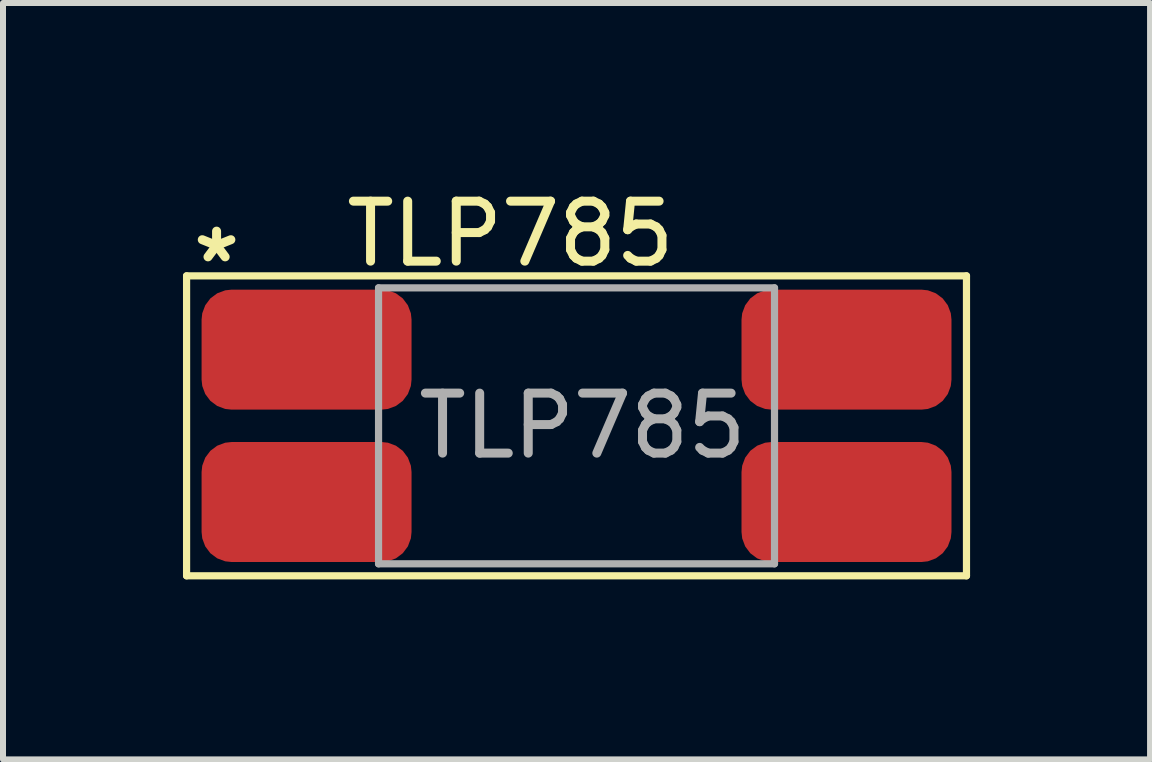
<source format=kicad_pcb>
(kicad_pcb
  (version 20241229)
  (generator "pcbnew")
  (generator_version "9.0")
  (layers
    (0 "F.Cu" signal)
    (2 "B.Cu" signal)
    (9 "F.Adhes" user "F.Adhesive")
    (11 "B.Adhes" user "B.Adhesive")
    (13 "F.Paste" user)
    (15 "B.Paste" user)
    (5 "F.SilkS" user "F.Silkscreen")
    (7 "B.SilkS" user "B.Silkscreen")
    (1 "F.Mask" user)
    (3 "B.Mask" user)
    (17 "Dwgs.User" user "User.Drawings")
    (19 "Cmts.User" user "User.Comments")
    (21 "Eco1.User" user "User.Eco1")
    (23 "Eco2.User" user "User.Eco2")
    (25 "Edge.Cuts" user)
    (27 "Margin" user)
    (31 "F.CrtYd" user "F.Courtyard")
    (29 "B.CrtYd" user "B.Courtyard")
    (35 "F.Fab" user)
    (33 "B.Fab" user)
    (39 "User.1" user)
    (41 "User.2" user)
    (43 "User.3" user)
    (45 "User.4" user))
  (footprint "TLP785"
    (layer "F.Cu")
    (at 6.56 4.048)
    (property "Reference" "TLP785" (at -1.1 -3.2 0) (layer "F.SilkS") (effects (font (size 1 1) (thickness 0.15))))
    (attr through_hole)
    (fp_line (start -6.5 -2.5) (end -6.5 2.5) (stroke (width 0.12) (type solid)) (layer "F.SilkS"))
    (fp_line (start -6.5 -2.5) (end 6.5 -2.5) (stroke (width 0.12) (type solid)) (layer "F.SilkS"))
    (fp_line (start -6.5 2.5) (end 6.5 2.5) (stroke (width 0.12) (type solid)) (layer "F.SilkS"))
    (fp_line (start 6.5 -2.5) (end 6.5 2.5) (stroke (width 0.12) (type solid)) (layer "F.SilkS"))
    (fp_line (start -3.3 -2.3) (end -3.3 2.3) (stroke (width 0.12) (type solid)) (layer "F.Fab"))
    (fp_line (start 3.3 -2.3) (end -3.3 -2.3) (stroke (width 0.12) (type solid)) (layer "F.Fab"))
    (fp_line (start 3.3 -2.3) (end 3.3 2.3) (stroke (width 0.12) (type solid)) (layer "F.Fab"))
    (fp_line (start 3.3 2.3) (end -3.3 2.3) (stroke (width 0.12) (type solid)) (layer "F.Fab"))
    (fp_text user "*" (at -6 -2.7 0) (layer "F.SilkS") (effects (font (size 1 1) (thickness 0.15))))
    (fp_text user "${REFERENCE}" (at 0.1 0 0) (layer "F.Fab") (effects (font (size 1 1) (thickness 0.15))))
    (pad "1" smd roundrect (at -4.5 -1.27) (size 3.5 2) (layers "F.Cu" "F.Mask" "F.Paste") (roundrect_rratio 0.25))
    (pad "2" smd roundrect (at -4.5 1.27) (size 3.5 2) (layers "F.Cu" "F.Mask" "F.Paste") (roundrect_rratio 0.25))
    (pad "3" smd roundrect (at 4.5 1.27) (size 3.5 2) (layers "F.Cu" "F.Mask" "F.Paste") (roundrect_rratio 0.25))
    (pad "4" smd roundrect (at 4.5 -1.27) (size 3.5 2) (layers "F.Cu" "F.Mask" "F.Paste") (roundrect_rratio 0.25)))
  (gr_rect
    (start -3 -3)
    (end 16.12 9.608)
    (stroke (width 0.1) (type default))
    (fill no)
    (layer "Edge.Cuts")))
</source>
